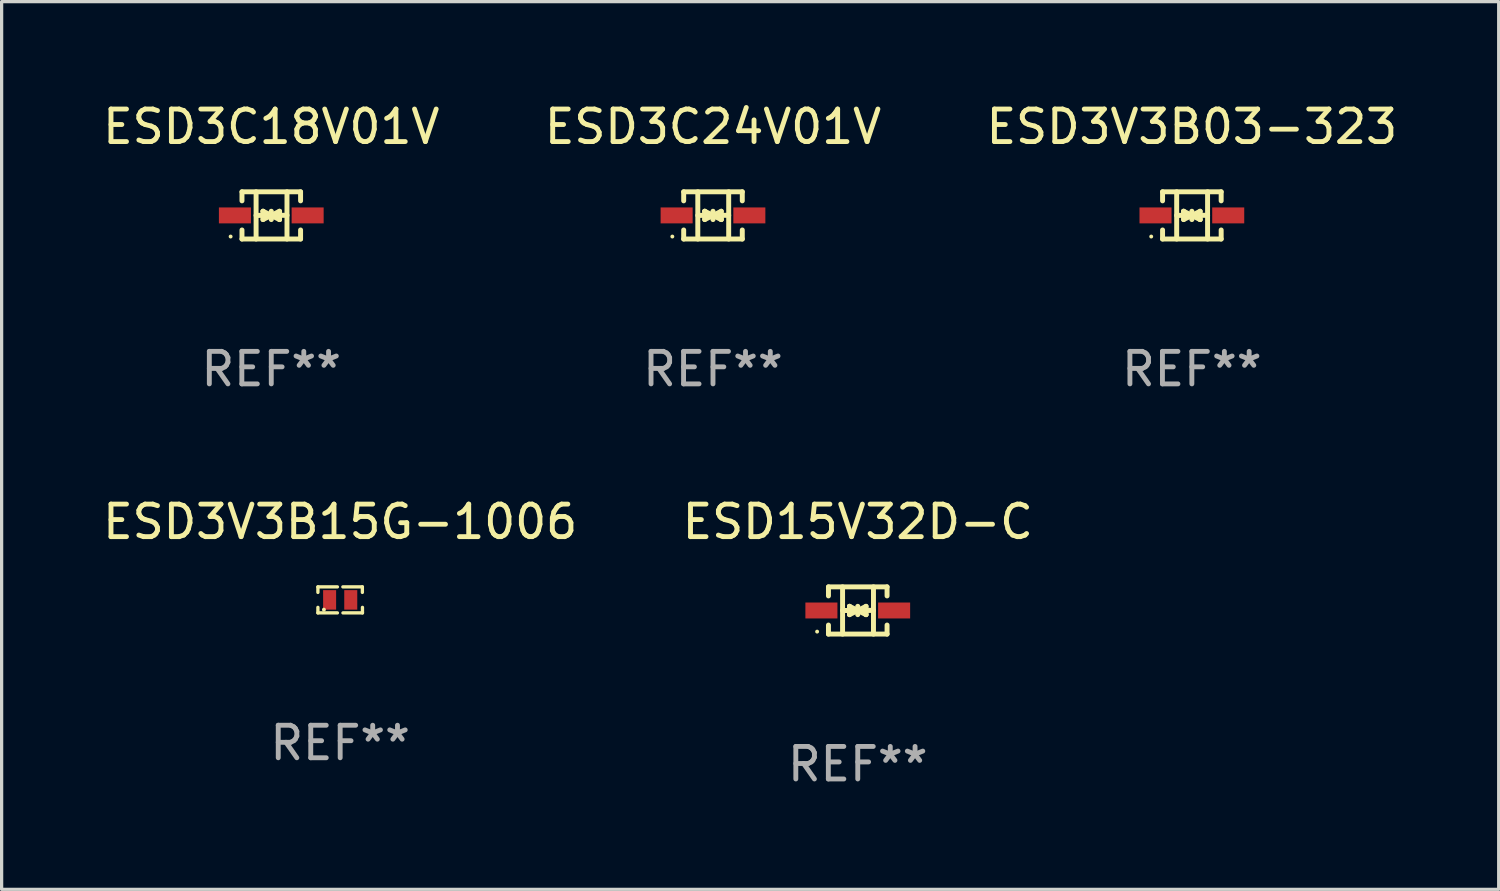
<source format=kicad_pcb>
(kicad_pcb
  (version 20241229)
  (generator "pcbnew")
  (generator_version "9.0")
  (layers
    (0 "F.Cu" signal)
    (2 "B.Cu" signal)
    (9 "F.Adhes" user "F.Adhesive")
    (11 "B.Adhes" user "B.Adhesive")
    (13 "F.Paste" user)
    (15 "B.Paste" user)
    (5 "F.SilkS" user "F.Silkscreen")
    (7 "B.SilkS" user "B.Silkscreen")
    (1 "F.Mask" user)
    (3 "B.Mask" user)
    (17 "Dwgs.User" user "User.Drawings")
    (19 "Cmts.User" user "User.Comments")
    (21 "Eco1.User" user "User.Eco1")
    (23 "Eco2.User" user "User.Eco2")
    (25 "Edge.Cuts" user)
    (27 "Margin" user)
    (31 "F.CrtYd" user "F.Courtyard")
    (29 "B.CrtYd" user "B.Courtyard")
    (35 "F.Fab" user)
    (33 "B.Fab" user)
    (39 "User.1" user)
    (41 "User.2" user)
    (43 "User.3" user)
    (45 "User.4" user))
  (footprint "ESD3C24V01V"
    (layer "F.Cu")
    (at 18.875 3.574)
    (property "Reference" "ESD3C24V01V" (at 0 -2.726 0) (layer "F.SilkS") (effects (font (size 1 1) (thickness 0.15))))
    (attr through_hole)
    (fp_line (start -0.901 -0.726) (end -0.901 -0.448) (stroke (width 0.152) (type solid)) (layer "F.SilkS"))
    (fp_line (start -0.901 0.726) (end -0.901 0.448) (stroke (width 0.152) (type solid)) (layer "F.SilkS"))
    (fp_line (start -0.467 0) (end 0.483 -0.003) (stroke (width 0.154) (type solid)) (layer "F.SilkS"))
    (fp_line (start -0.467 0.726) (end -0.467 -0.726) (stroke (width 0.152) (type solid)) (layer "F.SilkS"))
    (fp_line (start -0.254 -0.127) (end -0.254 -0.127) (stroke (width 0.154) (type solid)) (layer "F.SilkS"))
    (fp_line (start -0.254 -0.127) (end -0.002 -0.003) (stroke (width 0.154) (type solid)) (layer "F.SilkS"))
    (fp_line (start -0.254 0.127) (end -0.254 -0.127) (stroke (width 0.154) (type solid)) (layer "F.SilkS"))
    (fp_line (start -0.127 0) (end 0.003 0) (stroke (width 0.154) (type solid)) (layer "F.SilkS"))
    (fp_line (start -0.003 0) (end -0.254 0.127) (stroke (width 0.154) (type solid)) (layer "F.SilkS"))
    (fp_line (start 0 -0.127) (end 0 0.127) (stroke (width 0.154) (type solid)) (layer "F.SilkS"))
    (fp_line (start 0.003 0) (end 0.254 -0.127) (stroke (width 0.154) (type solid)) (layer "F.SilkS"))
    (fp_line (start 0.127 0) (end -0.003 0) (stroke (width 0.154) (type solid)) (layer "F.SilkS"))
    (fp_line (start 0.254 -0.127) (end 0.254 0.127) (stroke (width 0.154) (type solid)) (layer "F.SilkS"))
    (fp_line (start 0.254 0.127) (end 0.002 0.003) (stroke (width 0.154) (type solid)) (layer "F.SilkS"))
    (fp_line (start 0.254 0.127) (end 0.254 0.127) (stroke (width 0.154) (type solid)) (layer "F.SilkS"))
    (fp_line (start 0.483 0.726) (end 0.483 -0.726) (stroke (width 0.152) (type solid)) (layer "F.SilkS"))
    (fp_line (start 0.901 -0.726) (end -0.901 -0.726) (stroke (width 0.152) (type solid)) (layer "F.SilkS"))
    (fp_line (start 0.901 -0.726) (end 0.901 -0.448) (stroke (width 0.152) (type solid)) (layer "F.SilkS"))
    (fp_line (start 0.901 0.726) (end -0.901 0.726) (stroke (width 0.152) (type solid)) (layer "F.SilkS"))
    (fp_line (start 0.901 0.726) (end 0.901 0.448) (stroke (width 0.152) (type solid)) (layer "F.SilkS"))
    (fp_circle (center -1.25 0.65) (end -1.22 0.65) (stroke (width 0.06) (type solid)) (fill no) (layer "F.SilkS"))
    (fp_text user "REF**" (at 0 4.726 0) (layer "F.Fab") (effects (font (size 1 1) (thickness 0.15))))
    (pad "1" smd rect (at -1.118 0) (size 0.985 0.49) (layers "F.Cu" "F.Mask" "F.Paste"))
    (pad "2" smd rect (at 1.118 0) (size 0.985 0.49) (layers "F.Cu" "F.Mask" "F.Paste")))
  (footprint "ESD15V32D-C"
    (layer "F.Cu")
    (at 23.327 15.723)
    (property "Reference" "ESD15V32D-C" (at 0 -2.726 0) (layer "F.SilkS") (effects (font (size 1 1) (thickness 0.15))))
    (attr through_hole)
    (fp_line (start -0.901 -0.726) (end -0.901 -0.448) (stroke (width 0.152) (type solid)) (layer "F.SilkS"))
    (fp_line (start -0.901 0.726) (end -0.901 0.448) (stroke (width 0.152) (type solid)) (layer "F.SilkS"))
    (fp_line (start -0.467 0) (end 0.483 -0.003) (stroke (width 0.154) (type solid)) (layer "F.SilkS"))
    (fp_line (start -0.467 0.726) (end -0.467 -0.726) (stroke (width 0.152) (type solid)) (layer "F.SilkS"))
    (fp_line (start -0.254 -0.127) (end -0.254 -0.127) (stroke (width 0.154) (type solid)) (layer "F.SilkS"))
    (fp_line (start -0.254 -0.127) (end -0.002 -0.003) (stroke (width 0.154) (type solid)) (layer "F.SilkS"))
    (fp_line (start -0.254 0.127) (end -0.254 -0.127) (stroke (width 0.154) (type solid)) (layer "F.SilkS"))
    (fp_line (start -0.127 0) (end 0.003 0) (stroke (width 0.154) (type solid)) (layer "F.SilkS"))
    (fp_line (start -0.003 0) (end -0.254 0.127) (stroke (width 0.154) (type solid)) (layer "F.SilkS"))
    (fp_line (start 0 -0.127) (end 0 0.127) (stroke (width 0.154) (type solid)) (layer "F.SilkS"))
    (fp_line (start 0.003 0) (end 0.254 -0.127) (stroke (width 0.154) (type solid)) (layer "F.SilkS"))
    (fp_line (start 0.127 0) (end -0.003 0) (stroke (width 0.154) (type solid)) (layer "F.SilkS"))
    (fp_line (start 0.254 -0.127) (end 0.254 0.127) (stroke (width 0.154) (type solid)) (layer "F.SilkS"))
    (fp_line (start 0.254 0.127) (end 0.002 0.003) (stroke (width 0.154) (type solid)) (layer "F.SilkS"))
    (fp_line (start 0.254 0.127) (end 0.254 0.127) (stroke (width 0.154) (type solid)) (layer "F.SilkS"))
    (fp_line (start 0.483 0.726) (end 0.483 -0.726) (stroke (width 0.152) (type solid)) (layer "F.SilkS"))
    (fp_line (start 0.901 -0.726) (end -0.901 -0.726) (stroke (width 0.152) (type solid)) (layer "F.SilkS"))
    (fp_line (start 0.901 -0.726) (end 0.901 -0.448) (stroke (width 0.152) (type solid)) (layer "F.SilkS"))
    (fp_line (start 0.901 0.726) (end -0.901 0.726) (stroke (width 0.152) (type solid)) (layer "F.SilkS"))
    (fp_line (start 0.901 0.726) (end 0.901 0.448) (stroke (width 0.152) (type solid)) (layer "F.SilkS"))
    (fp_circle (center -1.25 0.65) (end -1.22 0.65) (stroke (width 0.06) (type solid)) (fill no) (layer "F.SilkS"))
    (fp_text user "REF**" (at 0 4.726 0) (layer "F.Fab") (effects (font (size 1 1) (thickness 0.15))))
    (pad "1" smd rect (at -1.118 0) (size 0.985 0.49) (layers "F.Cu" "F.Mask" "F.Paste"))
    (pad "2" smd rect (at 1.118 0) (size 0.985 0.49) (layers "F.Cu" "F.Mask" "F.Paste")))
  (footprint "ESD3V3B03-323"
    (layer "F.Cu")
    (at 33.601 3.574)
    (property "Reference" "ESD3V3B03-323" (at 0 -2.726 0) (layer "F.SilkS") (effects (font (size 1 1) (thickness 0.15))))
    (attr through_hole)
    (fp_line (start -0.901 -0.726) (end -0.901 -0.448) (stroke (width 0.152) (type solid)) (layer "F.SilkS"))
    (fp_line (start -0.901 0.726) (end -0.901 0.448) (stroke (width 0.152) (type solid)) (layer "F.SilkS"))
    (fp_line (start -0.467 0) (end 0.483 -0.003) (stroke (width 0.154) (type solid)) (layer "F.SilkS"))
    (fp_line (start -0.467 0.726) (end -0.467 -0.726) (stroke (width 0.152) (type solid)) (layer "F.SilkS"))
    (fp_line (start -0.254 -0.127) (end -0.254 -0.127) (stroke (width 0.154) (type solid)) (layer "F.SilkS"))
    (fp_line (start -0.254 -0.127) (end -0.002 -0.003) (stroke (width 0.154) (type solid)) (layer "F.SilkS"))
    (fp_line (start -0.254 0.127) (end -0.254 -0.127) (stroke (width 0.154) (type solid)) (layer "F.SilkS"))
    (fp_line (start -0.127 0) (end 0.003 0) (stroke (width 0.154) (type solid)) (layer "F.SilkS"))
    (fp_line (start -0.003 0) (end -0.254 0.127) (stroke (width 0.154) (type solid)) (layer "F.SilkS"))
    (fp_line (start 0 -0.127) (end 0 0.127) (stroke (width 0.154) (type solid)) (layer "F.SilkS"))
    (fp_line (start 0.003 0) (end 0.254 -0.127) (stroke (width 0.154) (type solid)) (layer "F.SilkS"))
    (fp_line (start 0.127 0) (end -0.003 0) (stroke (width 0.154) (type solid)) (layer "F.SilkS"))
    (fp_line (start 0.254 -0.127) (end 0.254 0.127) (stroke (width 0.154) (type solid)) (layer "F.SilkS"))
    (fp_line (start 0.254 0.127) (end 0.002 0.003) (stroke (width 0.154) (type solid)) (layer "F.SilkS"))
    (fp_line (start 0.254 0.127) (end 0.254 0.127) (stroke (width 0.154) (type solid)) (layer "F.SilkS"))
    (fp_line (start 0.483 0.726) (end 0.483 -0.726) (stroke (width 0.152) (type solid)) (layer "F.SilkS"))
    (fp_line (start 0.901 -0.726) (end -0.901 -0.726) (stroke (width 0.152) (type solid)) (layer "F.SilkS"))
    (fp_line (start 0.901 -0.726) (end 0.901 -0.448) (stroke (width 0.152) (type solid)) (layer "F.SilkS"))
    (fp_line (start 0.901 0.726) (end -0.901 0.726) (stroke (width 0.152) (type solid)) (layer "F.SilkS"))
    (fp_line (start 0.901 0.726) (end 0.901 0.448) (stroke (width 0.152) (type solid)) (layer "F.SilkS"))
    (fp_circle (center -1.25 0.65) (end -1.22 0.65) (stroke (width 0.06) (type solid)) (fill no) (layer "F.SilkS"))
    (fp_text user "REF**" (at 0 4.726 0) (layer "F.Fab") (effects (font (size 1 1) (thickness 0.15))))
    (pad "1" smd rect (at -1.118 0) (size 0.985 0.49) (layers "F.Cu" "F.Mask" "F.Paste"))
    (pad "2" smd rect (at 1.118 0) (size 0.985 0.49) (layers "F.Cu" "F.Mask" "F.Paste")))
  (footprint "ESD3C18V01V"
    (layer "F.Cu")
    (at 5.292 3.574)
    (property "Reference" "ESD3C18V01V" (at 0 -2.726 0) (layer "F.SilkS") (effects (font (size 1 1) (thickness 0.15))))
    (attr through_hole)
    (fp_line (start -0.901 -0.726) (end -0.901 -0.448) (stroke (width 0.152) (type solid)) (layer "F.SilkS"))
    (fp_line (start -0.901 0.726) (end -0.901 0.448) (stroke (width 0.152) (type solid)) (layer "F.SilkS"))
    (fp_line (start -0.467 0) (end 0.483 -0.003) (stroke (width 0.154) (type solid)) (layer "F.SilkS"))
    (fp_line (start -0.467 0.726) (end -0.467 -0.726) (stroke (width 0.152) (type solid)) (layer "F.SilkS"))
    (fp_line (start -0.254 -0.127) (end -0.254 -0.127) (stroke (width 0.154) (type solid)) (layer "F.SilkS"))
    (fp_line (start -0.254 -0.127) (end -0.002 -0.003) (stroke (width 0.154) (type solid)) (layer "F.SilkS"))
    (fp_line (start -0.254 0.127) (end -0.254 -0.127) (stroke (width 0.154) (type solid)) (layer "F.SilkS"))
    (fp_line (start -0.127 0) (end 0.003 0) (stroke (width 0.154) (type solid)) (layer "F.SilkS"))
    (fp_line (start -0.003 0) (end -0.254 0.127) (stroke (width 0.154) (type solid)) (layer "F.SilkS"))
    (fp_line (start 0 -0.127) (end 0 0.127) (stroke (width 0.154) (type solid)) (layer "F.SilkS"))
    (fp_line (start 0.003 0) (end 0.254 -0.127) (stroke (width 0.154) (type solid)) (layer "F.SilkS"))
    (fp_line (start 0.127 0) (end -0.003 0) (stroke (width 0.154) (type solid)) (layer "F.SilkS"))
    (fp_line (start 0.254 -0.127) (end 0.254 0.127) (stroke (width 0.154) (type solid)) (layer "F.SilkS"))
    (fp_line (start 0.254 0.127) (end 0.002 0.003) (stroke (width 0.154) (type solid)) (layer "F.SilkS"))
    (fp_line (start 0.254 0.127) (end 0.254 0.127) (stroke (width 0.154) (type solid)) (layer "F.SilkS"))
    (fp_line (start 0.483 0.726) (end 0.483 -0.726) (stroke (width 0.152) (type solid)) (layer "F.SilkS"))
    (fp_line (start 0.901 -0.726) (end -0.901 -0.726) (stroke (width 0.152) (type solid)) (layer "F.SilkS"))
    (fp_line (start 0.901 -0.726) (end 0.901 -0.448) (stroke (width 0.152) (type solid)) (layer "F.SilkS"))
    (fp_line (start 0.901 0.726) (end -0.901 0.726) (stroke (width 0.152) (type solid)) (layer "F.SilkS"))
    (fp_line (start 0.901 0.726) (end 0.901 0.448) (stroke (width 0.152) (type solid)) (layer "F.SilkS"))
    (fp_circle (center -1.25 0.65) (end -1.22 0.65) (stroke (width 0.06) (type solid)) (fill no) (layer "F.SilkS"))
    (fp_text user "REF**" (at 0 4.726 0) (layer "F.Fab") (effects (font (size 1 1) (thickness 0.15))))
    (pad "1" smd rect (at -1.118 0) (size 0.985 0.49) (layers "F.Cu" "F.Mask" "F.Paste"))
    (pad "2" smd rect (at 1.118 0) (size 0.985 0.49) (layers "F.Cu" "F.Mask" "F.Paste")))
  (footprint "ESD3V3B15G-1006"
    (layer "F.Cu")
    (at 7.411 15.397)
    (property "Reference" "ESD3V3B15G-1006" (at 0 -2.4 0) (layer "F.SilkS") (effects (font (size 1 1) (thickness 0.15))))
    (attr through_hole)
    (fp_line (start -0.685 -0.4) (end -0.685 -0.23) (stroke (width 0.102) (type solid)) (layer "F.SilkS"))
    (fp_line (start -0.685 0.4) (end -0.685 0.23) (stroke (width 0.102) (type solid)) (layer "F.SilkS"))
    (fp_line (start -0.085 -0.4) (end -0.685 -0.4) (stroke (width 0.102) (type solid)) (layer "F.SilkS"))
    (fp_line (start -0.085 0.4) (end -0.685 0.4) (stroke (width 0.102) (type solid)) (layer "F.SilkS"))
    (fp_line (start 0.082 -0.4) (end 0.682 -0.4) (stroke (width 0.102) (type solid)) (layer "F.SilkS"))
    (fp_line (start 0.085 0.4) (end 0.685 0.4) (stroke (width 0.102) (type solid)) (layer "F.SilkS"))
    (fp_line (start 0.682 -0.4) (end 0.682 -0.23) (stroke (width 0.102) (type solid)) (layer "F.SilkS"))
    (fp_line (start 0.685 0.4) (end 0.685 0.23) (stroke (width 0.102) (type solid)) (layer "F.SilkS"))
    (fp_circle (center -0.5 0.3) (end -0.47 0.3) (stroke (width 0.06) (type solid)) (fill no) (layer "F.SilkS"))
    (fp_text user "REF**" (at 0 4.4 0) (layer "F.Fab") (effects (font (size 1 1) (thickness 0.15))))
    (pad "1" smd rect (at -0.325 0) (size 0.4 0.6) (layers "F.Cu" "F.Mask" "F.Paste"))
    (pad "2" smd rect (at 0.325 0) (size 0.4 0.6) (layers "F.Cu" "F.Mask" "F.Paste")))
  (gr_rect
    (start -3 -3)
    (end 43.036 24.298)
    (stroke (width 0.1) (type default))
    (fill no)
    (layer "Edge.Cuts")))
</source>
